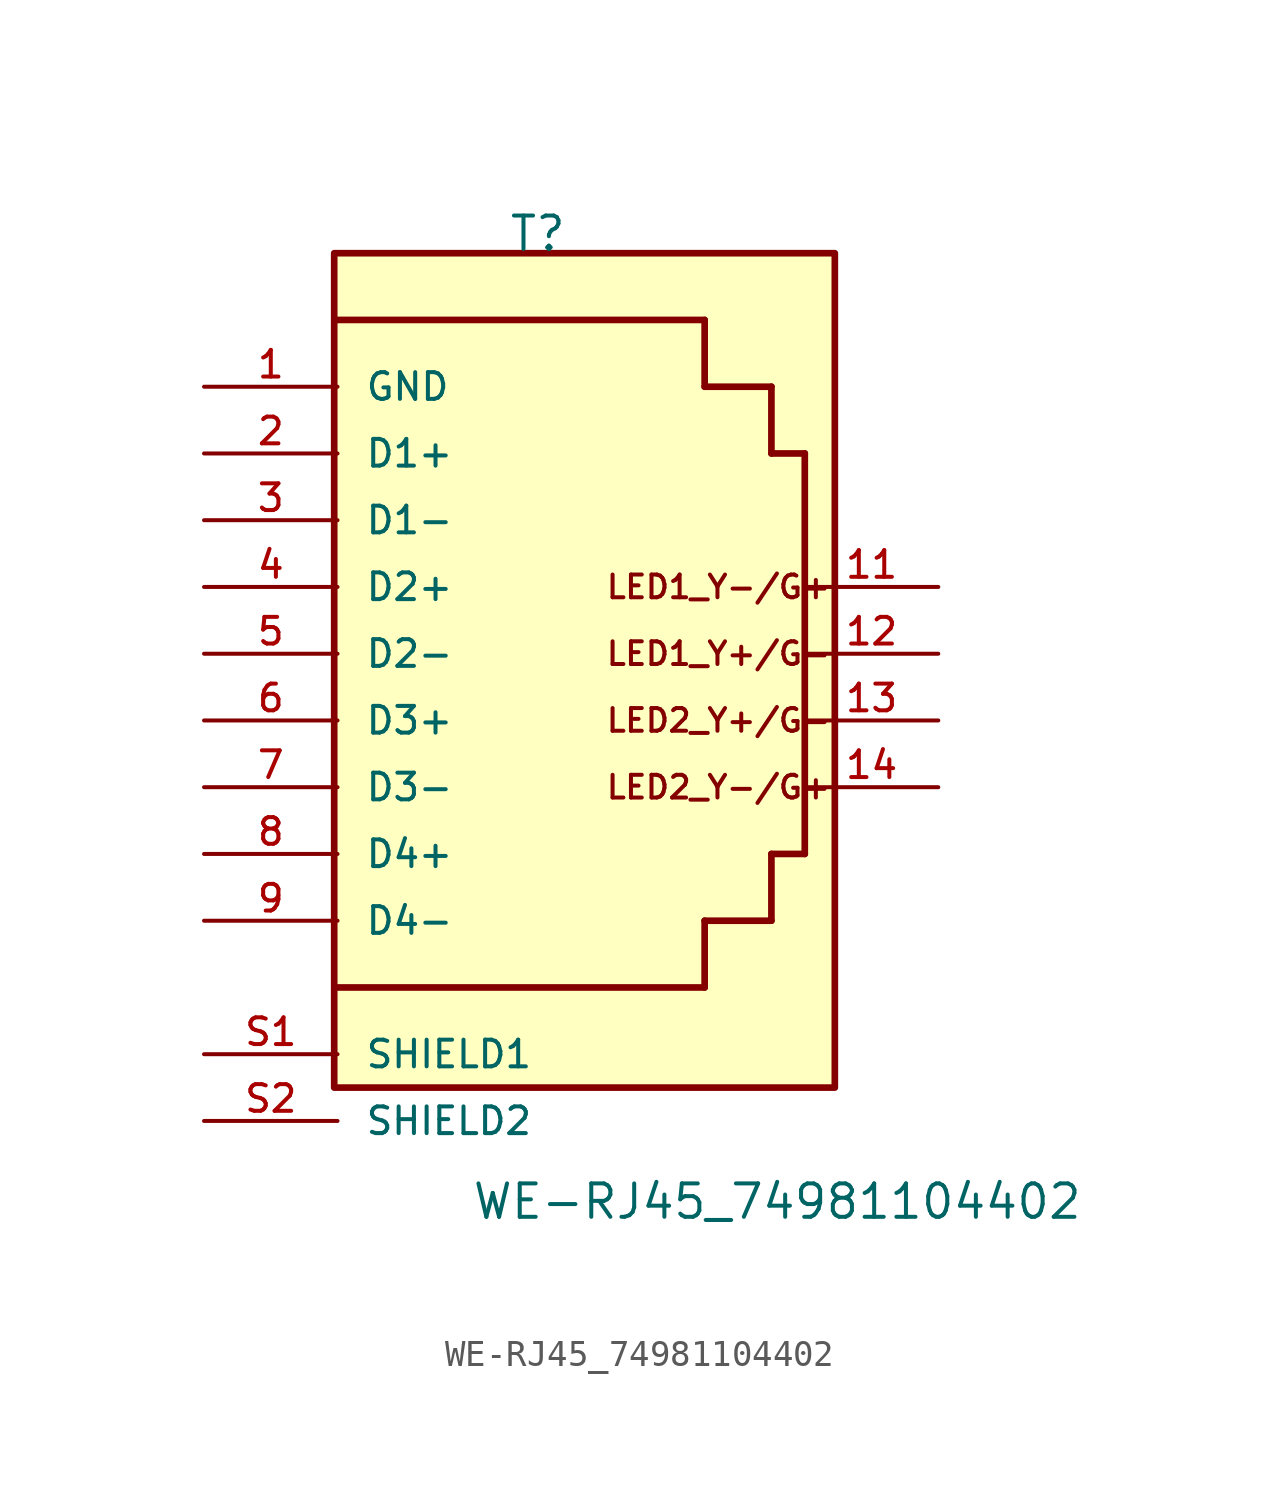
<source format=kicad_sym>
(kicad_symbol_lib
  (version 20211014)
  (generator kicad_symbol_editor)
  (symbol "WE-RJ45_74981104402"
    (pin_names
      (offset 1.016))
    (property "Reference" "T"
      (at 0.0 15.24 0)
      (effects (font (size 1.27 1.27)) (justify bottom)))
    (property "Value" "WE-RJ45_74981104402"
      (at -2.54 -21.59 0)
      (effects (font (size 1.27 1.27)) (justify bottom left)))
    (symbol "WE-RJ45_74981104402_0_0"
      (text "LED1_Y+/G-" (at 2.54 0.0 0) (effects (font (size 0.864 0.864)) (justify left)))
      (text "LED1_Y-/G+" (at 2.54 2.54 0) (effects (font (size 0.864 0.864)) (justify left)))
      (text "LED2_Y+/G-" (at 2.54 -2.54 0) (effects (font (size 0.864 0.864)) (justify left)))
      (text "LED2_Y-/G+" (at 2.54 -5.08 0) (effects (font (size 0.864 0.864)) (justify left)))
      (polyline (pts (xy -7.62 12.7) (xy 6.35 12.7)) (stroke (width 0.254)))
      (polyline (pts (xy 10.16 7.62) (xy 10.16 -7.62)) (stroke (width 0.254)))
      (polyline (pts (xy 6.35 -12.7) (xy -7.62 -12.7)) (stroke (width 0.254)))
      (polyline (pts (xy 6.35 12.7) (xy 6.35 10.16)) (stroke (width 0.254)))
      (polyline (pts (xy 6.35 10.16) (xy 8.89 10.16)) (stroke (width 0.254)))
      (polyline (pts (xy 8.89 10.16) (xy 8.89 7.62)) (stroke (width 0.254)))
      (polyline (pts (xy 8.89 7.62) (xy 10.16 7.62)) (stroke (width 0.254)))
      (polyline (pts (xy 6.35 -12.7) (xy 6.35 -10.16)) (stroke (width 0.254)))
      (polyline (pts (xy 6.35 -10.16) (xy 8.89 -10.16)) (stroke (width 0.254)))
      (polyline (pts (xy 8.89 -10.16) (xy 8.89 -7.62)) (stroke (width 0.254)))
      (polyline (pts (xy 8.89 -7.62) (xy 10.16 -7.62)) (stroke (width 0.254)))
      (rectangle (start -7.747 -16.51) (end 11.303 15.24) (stroke (width 0.254)) (fill (type background)))
      (pin passive line (at -12.7 5.08 0) (length 5.08) (name "D1-" (effects (font (size 1.016 1.016)))) (number "3" (effects (font (size 1.016 1.016)))))
      (pin passive line (at -12.7 2.54 0) (length 5.08) (name "D2+" (effects (font (size 1.016 1.016)))) (number "4" (effects (font (size 1.016 1.016)))))
      (pin passive line (at -12.7 10.16 0) (length 5.08) (name "GND" (effects (font (size 1.016 1.016)))) (number "1" (effects (font (size 1.016 1.016)))))
      (pin passive line (at -12.7 7.62 0) (length 5.08) (name "D1+" (effects (font (size 1.016 1.016)))) (number "2" (effects (font (size 1.016 1.016)))))
      (pin passive line (at -12.7 -10.16 0) (length 5.08) (name "D4-" (effects (font (size 1.016 1.016)))) (number "9" (effects (font (size 1.016 1.016)))))
      (pin passive line (at -12.7 -5.08 0) (length 5.08) (name "D3-" (effects (font (size 1.016 1.016)))) (number "7" (effects (font (size 1.016 1.016)))))
      (pin passive line (at -12.7 -7.62 0) (length 5.08) (name "D4+" (effects (font (size 1.016 1.016)))) (number "8" (effects (font (size 1.016 1.016)))))
      (pin passive line (at -12.7 -2.54 0) (length 5.08) (name "D3+" (effects (font (size 1.016 1.016)))) (number "6" (effects (font (size 1.016 1.016)))))
      (pin passive line (at -12.7 0.0 0) (length 5.08) (name "D2-" (effects (font (size 1.016 1.016)))) (number "5" (effects (font (size 1.016 1.016)))))
      (pin passive line (at 15.24 2.54 180.0) (length 5.08) (name "~" (effects (font (size 1.016 1.016)))) (number "11" (effects (font (size 1.016 1.016)))))
      (pin passive line (at 15.24 0.0 180.0) (length 5.08) (name "~" (effects (font (size 1.016 1.016)))) (number "12" (effects (font (size 1.016 1.016)))))
      (pin passive line (at -12.7 -15.24 0) (length 5.08) (name "SHIELD1" (effects (font (size 1.016 1.016)))) (number "S1" (effects (font (size 1.016 1.016)))))
      (pin passive line (at -12.7 -17.78 0) (length 5.08) (name "SHIELD2" (effects (font (size 1.016 1.016)))) (number "S2" (effects (font (size 1.016 1.016)))))
      (pin passive line (at 15.24 -2.54 180.0) (length 5.08) (name "~" (effects (font (size 1.016 1.016)))) (number "13" (effects (font (size 1.016 1.016)))))
      (pin passive line (at 15.24 -5.08 180.0) (length 5.08) (name "~" (effects (font (size 1.016 1.016)))) (number "14" (effects (font (size 1.016 1.016))))))))
</source>
